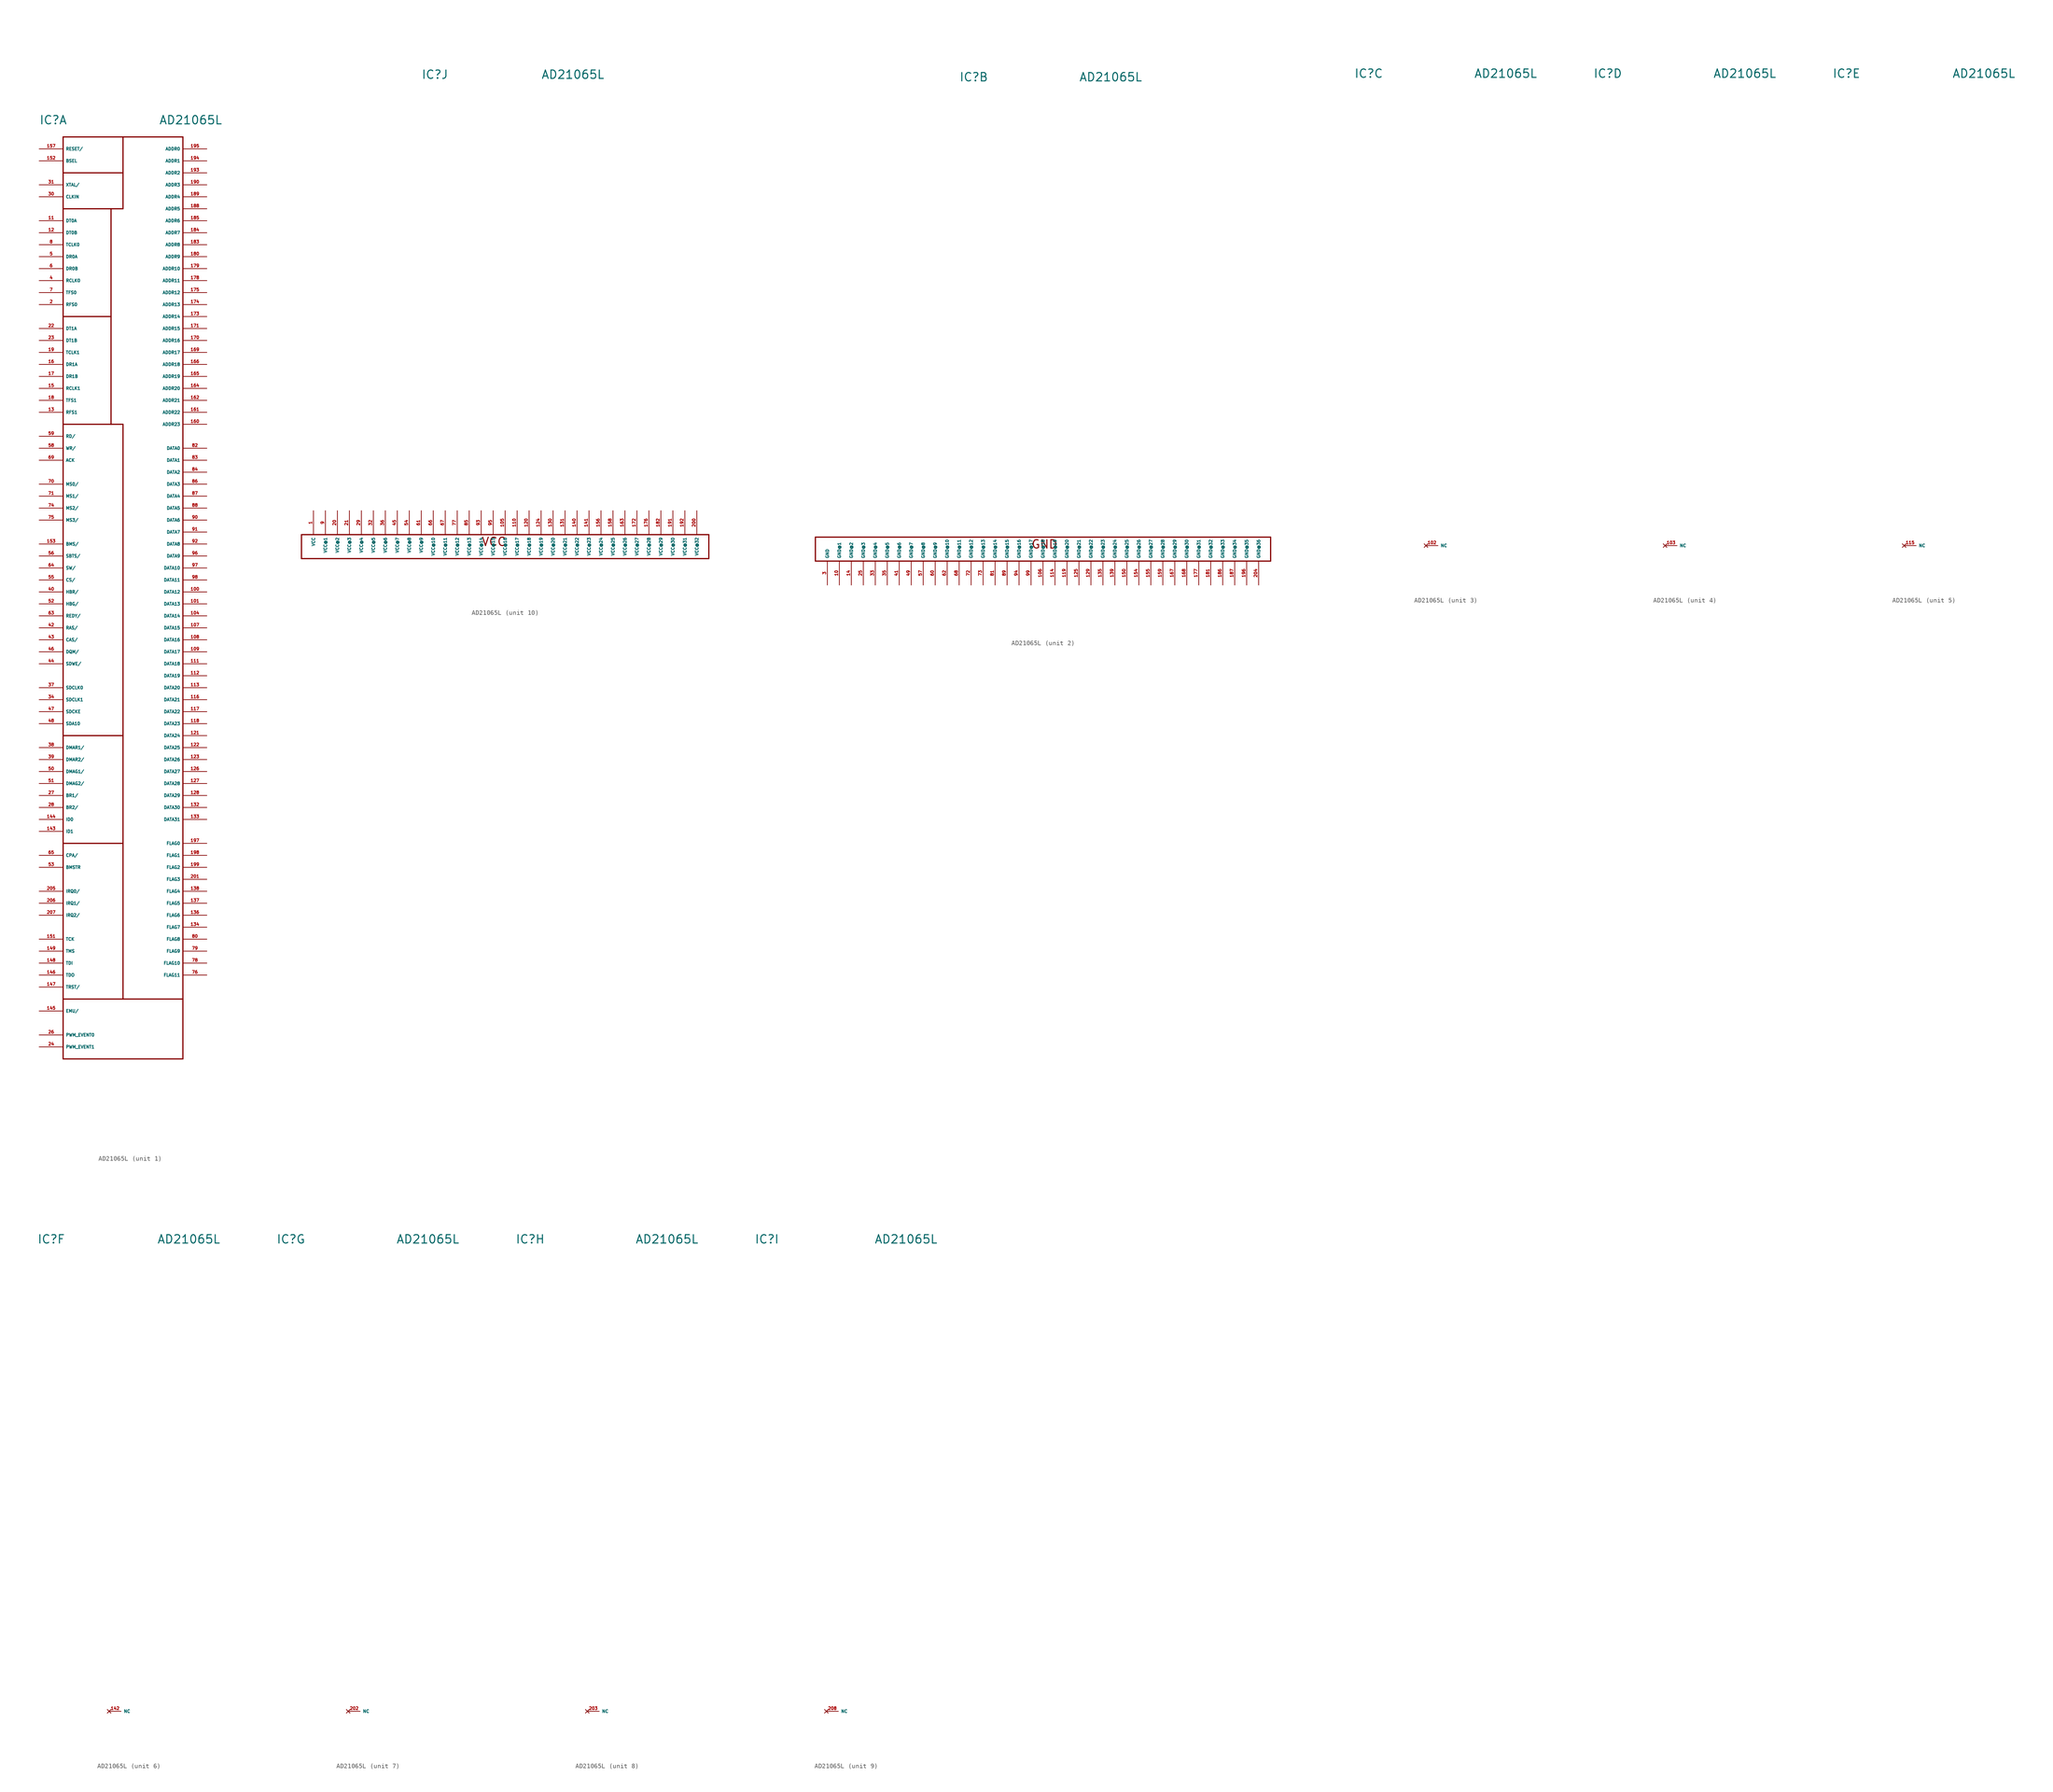
<source format=kicad_sym>
(kicad_symbol_lib
  (version 20220914)
  (generator Eagle2Kicad)
  (symbol "AD21065L"
    (property "Reference" "IC"
      (at -17.78 99.06 0)
      (effects (font (size 1.778 1.778) (thickness 0.22)) (justify left bottom)))
    (property "Value" "AD21065L"
      (at 7.62 99.06 0)
      (effects (font (size 1.778 1.778) (thickness 0.22)) (justify left bottom)))
    (symbol "AD21065L_1_0"
      (polyline (pts (xy -12.7 35.56) (xy -2.54 35.56)) (stroke (width 0.254) (type default)) (fill (type none)))
      (polyline (pts (xy -2.54 35.56) (xy 0 35.56)) (stroke (width 0.254) (type default)) (fill (type none)))
      (polyline (pts (xy 0 35.56) (xy 0 -30.48)) (stroke (width 0.254) (type default)) (fill (type none)))
      (polyline (pts (xy 0 -30.48) (xy -12.7 -30.48)) (stroke (width 0.254) (type default)) (fill (type none)))
      (polyline (pts (xy -12.7 58.42) (xy -2.54 58.42)) (stroke (width 0.254) (type default)) (fill (type none)))
      (polyline (pts (xy -2.54 58.42) (xy -2.54 35.56)) (stroke (width 0.254) (type default)) (fill (type none)))
      (polyline (pts (xy -12.7 81.28) (xy -2.54 81.28)) (stroke (width 0.254) (type default)) (fill (type none)))
      (polyline (pts (xy -2.54 81.28) (xy -2.54 58.42)) (stroke (width 0.254) (type default)) (fill (type none)))
      (polyline (pts (xy -12.7 88.9) (xy 0 88.9)) (stroke (width 0.254) (type default)) (fill (type none)))
      (polyline (pts (xy 0 88.9) (xy 0 81.28)) (stroke (width 0.254) (type default)) (fill (type none)))
      (polyline (pts (xy 0 81.28) (xy -2.54 81.28)) (stroke (width 0.254) (type default)) (fill (type none)))
      (polyline (pts (xy 0 88.9) (xy 0 96.52)) (stroke (width 0.254) (type default)) (fill (type none)))
      (polyline (pts (xy 0 -30.48) (xy 0 -53.34)) (stroke (width 0.254) (type default)) (fill (type none)))
      (polyline (pts (xy 0 -53.34) (xy -12.7 -53.34)) (stroke (width 0.254) (type default)) (fill (type none)))
      (polyline (pts (xy 0 -53.34) (xy 0 -86.36)) (stroke (width 0.254) (type default)) (fill (type none)))
      (polyline (pts (xy 0 -86.36) (xy -12.7 -86.36)) (stroke (width 0.254) (type default)) (fill (type none)))
      (polyline (pts (xy -12.7 96.52) (xy -12.7 -99.06)) (stroke (width 0.254) (type default)) (fill (type none)))
      (polyline (pts (xy -12.7 -99.06) (xy 12.7 -99.06)) (stroke (width 0.254) (type default)) (fill (type none)))
      (polyline (pts (xy 12.7 -99.06) (xy 12.7 -86.36)) (stroke (width 0.254) (type default)) (fill (type none)))
      (polyline (pts (xy 12.7 -86.36) (xy 12.7 96.52)) (stroke (width 0.254) (type default)) (fill (type none)))
      (polyline (pts (xy 12.7 96.52) (xy -12.7 96.52)) (stroke (width 0.254) (type default)) (fill (type none)))
      (polyline (pts (xy 0 -86.36) (xy 12.7 -86.36)) (stroke (width 0.254) (type default)) (fill (type none)))
      (pin bidirectional line (at -17.78 60.96 0) (length 5.08) (name "RFS0" (effects (font (size 0.635 0.635) (thickness 0.08)) (justify left bottom))) (number "2" (effects (font (size 0.635 0.635) (thickness 0.08)) (justify left bottom))))
      (pin bidirectional line (at -17.78 66.04 0) (length 5.08) (name "RCLK0" (effects (font (size 0.635 0.635) (thickness 0.08)) (justify left bottom))) (number "4" (effects (font (size 0.635 0.635) (thickness 0.08)) (justify left bottom))))
      (pin input line (at -17.78 71.12 0) (length 5.08) (name "DR0A" (effects (font (size 0.635 0.635) (thickness 0.08)) (justify left bottom))) (number "5" (effects (font (size 0.635 0.635) (thickness 0.08)) (justify left bottom))))
      (pin input line (at -17.78 68.58 0) (length 5.08) (name "DR0B" (effects (font (size 0.635 0.635) (thickness 0.08)) (justify left bottom))) (number "6" (effects (font (size 0.635 0.635) (thickness 0.08)) (justify left bottom))))
      (pin bidirectional line (at -17.78 63.5 0) (length 5.08) (name "TFS0" (effects (font (size 0.635 0.635) (thickness 0.08)) (justify left bottom))) (number "7" (effects (font (size 0.635 0.635) (thickness 0.08)) (justify left bottom))))
      (pin bidirectional line (at -17.78 73.66 0) (length 5.08) (name "TCLK0" (effects (font (size 0.635 0.635) (thickness 0.08)) (justify left bottom))) (number "8" (effects (font (size 0.635 0.635) (thickness 0.08)) (justify left bottom))))
      (pin output line (at -17.78 78.74 0) (length 5.08) (name "DT0A" (effects (font (size 0.635 0.635) (thickness 0.08)) (justify left bottom))) (number "11" (effects (font (size 0.635 0.635) (thickness 0.08)) (justify left bottom))))
      (pin output line (at -17.78 76.2 0) (length 5.08) (name "DT0B" (effects (font (size 0.635 0.635) (thickness 0.08)) (justify left bottom))) (number "12" (effects (font (size 0.635 0.635) (thickness 0.08)) (justify left bottom))))
      (pin bidirectional line (at -17.78 38.1 0) (length 5.08) (name "RFS1" (effects (font (size 0.635 0.635) (thickness 0.08)) (justify left bottom))) (number "13" (effects (font (size 0.635 0.635) (thickness 0.08)) (justify left bottom))))
      (pin bidirectional line (at -17.78 43.18 0) (length 5.08) (name "RCLK1" (effects (font (size 0.635 0.635) (thickness 0.08)) (justify left bottom))) (number "15" (effects (font (size 0.635 0.635) (thickness 0.08)) (justify left bottom))))
      (pin input line (at -17.78 48.26 0) (length 5.08) (name "DR1A" (effects (font (size 0.635 0.635) (thickness 0.08)) (justify left bottom))) (number "16" (effects (font (size 0.635 0.635) (thickness 0.08)) (justify left bottom))))
      (pin input line (at -17.78 45.72 0) (length 5.08) (name "DR1B" (effects (font (size 0.635 0.635) (thickness 0.08)) (justify left bottom))) (number "17" (effects (font (size 0.635 0.635) (thickness 0.08)) (justify left bottom))))
      (pin bidirectional line (at -17.78 40.64 0) (length 5.08) (name "TFS1" (effects (font (size 0.635 0.635) (thickness 0.08)) (justify left bottom))) (number "18" (effects (font (size 0.635 0.635) (thickness 0.08)) (justify left bottom))))
      (pin bidirectional line (at -17.78 50.8 0) (length 5.08) (name "TCLK1" (effects (font (size 0.635 0.635) (thickness 0.08)) (justify left bottom))) (number "19" (effects (font (size 0.635 0.635) (thickness 0.08)) (justify left bottom))))
      (pin tri_state line (at -17.78 -10.16 0) (length 5.08) (name "CAS/" (effects (font (size 0.635 0.635) (thickness 0.08)) (justify left bottom))) (number "43" (effects (font (size 0.635 0.635) (thickness 0.08)) (justify left bottom))))
      (pin tri_state line (at -17.78 -15.24 0) (length 5.08) (name "SDWE/" (effects (font (size 0.635 0.635) (thickness 0.08)) (justify left bottom))) (number "44" (effects (font (size 0.635 0.635) (thickness 0.08)) (justify left bottom))))
      (pin tri_state line (at -17.78 -12.7 0) (length 5.08) (name "DQM/" (effects (font (size 0.635 0.635) (thickness 0.08)) (justify left bottom))) (number "46" (effects (font (size 0.635 0.635) (thickness 0.08)) (justify left bottom))))
      (pin tri_state line (at -17.78 -25.4 0) (length 5.08) (name "SDCKE" (effects (font (size 0.635 0.635) (thickness 0.08)) (justify left bottom))) (number "47" (effects (font (size 0.635 0.635) (thickness 0.08)) (justify left bottom))))
      (pin tri_state line (at -17.78 -27.94 0) (length 5.08) (name "SDA10" (effects (font (size 0.635 0.635) (thickness 0.08)) (justify left bottom))) (number "48" (effects (font (size 0.635 0.635) (thickness 0.08)) (justify left bottom))))
      (pin tri_state line (at -17.78 -38.1 0) (length 5.08) (name "DMAG1/" (effects (font (size 0.635 0.635) (thickness 0.08)) (justify left bottom))) (number "50" (effects (font (size 0.635 0.635) (thickness 0.08)) (justify left bottom))))
      (pin tri_state line (at -17.78 -40.64 0) (length 5.08) (name "DMAG2/" (effects (font (size 0.635 0.635) (thickness 0.08)) (justify left bottom))) (number "51" (effects (font (size 0.635 0.635) (thickness 0.08)) (justify left bottom))))
      (pin bidirectional line (at -17.78 -2.54 0) (length 5.08) (name "HBG/" (effects (font (size 0.635 0.635) (thickness 0.08)) (justify left bottom))) (number "52" (effects (font (size 0.635 0.635) (thickness 0.08)) (justify left bottom))))
      (pin output line (at -17.78 -58.42 0) (length 5.08) (name "BMSTR" (effects (font (size 0.635 0.635) (thickness 0.08)) (justify left bottom))) (number "53" (effects (font (size 0.635 0.635) (thickness 0.08)) (justify left bottom))))
      (pin input line (at -17.78 2.54 0) (length 5.08) (name "CS/" (effects (font (size 0.635 0.635) (thickness 0.08)) (justify left bottom))) (number "55" (effects (font (size 0.635 0.635) (thickness 0.08)) (justify left bottom))))
      (pin input line (at -17.78 7.62 0) (length 5.08) (name "SBTS/" (effects (font (size 0.635 0.635) (thickness 0.08)) (justify left bottom))) (number "56" (effects (font (size 0.635 0.635) (thickness 0.08)) (justify left bottom))))
      (pin tri_state line (at -17.78 30.48 0) (length 5.08) (name "WR/" (effects (font (size 0.635 0.635) (thickness 0.08)) (justify left bottom))) (number "58" (effects (font (size 0.635 0.635) (thickness 0.08)) (justify left bottom))))
      (pin tri_state line (at -17.78 33.02 0) (length 5.08) (name "RD/" (effects (font (size 0.635 0.635) (thickness 0.08)) (justify left bottom))) (number "59" (effects (font (size 0.635 0.635) (thickness 0.08)) (justify left bottom))))
      (pin bidirectional line (at 17.78 30.48 180) (length 5.08) (name "DATA0" (effects (font (size 0.635 0.635) (thickness 0.08)) (justify left bottom))) (number "82" (effects (font (size 0.635 0.635) (thickness 0.08)) (justify left bottom))))
      (pin bidirectional line (at 17.78 27.94 180) (length 5.08) (name "DATA1" (effects (font (size 0.635 0.635) (thickness 0.08)) (justify left bottom))) (number "83" (effects (font (size 0.635 0.635) (thickness 0.08)) (justify left bottom))))
      (pin bidirectional line (at 17.78 25.4 180) (length 5.08) (name "DATA2" (effects (font (size 0.635 0.635) (thickness 0.08)) (justify left bottom))) (number "84" (effects (font (size 0.635 0.635) (thickness 0.08)) (justify left bottom))))
      (pin bidirectional line (at 17.78 22.86 180) (length 5.08) (name "DATA3" (effects (font (size 0.635 0.635) (thickness 0.08)) (justify left bottom))) (number "86" (effects (font (size 0.635 0.635) (thickness 0.08)) (justify left bottom))))
      (pin bidirectional line (at 17.78 20.32 180) (length 5.08) (name "DATA4" (effects (font (size 0.635 0.635) (thickness 0.08)) (justify left bottom))) (number "87" (effects (font (size 0.635 0.635) (thickness 0.08)) (justify left bottom))))
      (pin bidirectional line (at 17.78 17.78 180) (length 5.08) (name "DATA5" (effects (font (size 0.635 0.635) (thickness 0.08)) (justify left bottom))) (number "88" (effects (font (size 0.635 0.635) (thickness 0.08)) (justify left bottom))))
      (pin bidirectional line (at 17.78 15.24 180) (length 5.08) (name "DATA6" (effects (font (size 0.635 0.635) (thickness 0.08)) (justify left bottom))) (number "90" (effects (font (size 0.635 0.635) (thickness 0.08)) (justify left bottom))))
      (pin bidirectional line (at 17.78 12.7 180) (length 5.08) (name "DATA7" (effects (font (size 0.635 0.635) (thickness 0.08)) (justify left bottom))) (number "91" (effects (font (size 0.635 0.635) (thickness 0.08)) (justify left bottom))))
      (pin bidirectional line (at 17.78 10.16 180) (length 5.08) (name "DATA8" (effects (font (size 0.635 0.635) (thickness 0.08)) (justify left bottom))) (number "92" (effects (font (size 0.635 0.635) (thickness 0.08)) (justify left bottom))))
      (pin bidirectional line (at 17.78 7.62 180) (length 5.08) (name "DATA9" (effects (font (size 0.635 0.635) (thickness 0.08)) (justify left bottom))) (number "96" (effects (font (size 0.635 0.635) (thickness 0.08)) (justify left bottom))))
      (pin bidirectional line (at 17.78 5.08 180) (length 5.08) (name "DATA10" (effects (font (size 0.635 0.635) (thickness 0.08)) (justify left bottom))) (number "97" (effects (font (size 0.635 0.635) (thickness 0.08)) (justify left bottom))))
      (pin bidirectional line (at 17.78 2.54 180) (length 5.08) (name "DATA11" (effects (font (size 0.635 0.635) (thickness 0.08)) (justify left bottom))) (number "98" (effects (font (size 0.635 0.635) (thickness 0.08)) (justify left bottom))))
      (pin bidirectional line (at 17.78 0 180) (length 5.08) (name "DATA12" (effects (font (size 0.635 0.635) (thickness 0.08)) (justify left bottom))) (number "100" (effects (font (size 0.635 0.635) (thickness 0.08)) (justify left bottom))))
      (pin bidirectional line (at 17.78 -2.54 180) (length 5.08) (name "DATA13" (effects (font (size 0.635 0.635) (thickness 0.08)) (justify left bottom))) (number "101" (effects (font (size 0.635 0.635) (thickness 0.08)) (justify left bottom))))
      (pin bidirectional line (at 17.78 -5.08 180) (length 5.08) (name "DATA14" (effects (font (size 0.635 0.635) (thickness 0.08)) (justify left bottom))) (number "104" (effects (font (size 0.635 0.635) (thickness 0.08)) (justify left bottom))))
      (pin bidirectional line (at 17.78 -7.62 180) (length 5.08) (name "DATA15" (effects (font (size 0.635 0.635) (thickness 0.08)) (justify left bottom))) (number "107" (effects (font (size 0.635 0.635) (thickness 0.08)) (justify left bottom))))
      (pin bidirectional line (at 17.78 -10.16 180) (length 5.08) (name "DATA16" (effects (font (size 0.635 0.635) (thickness 0.08)) (justify left bottom))) (number "108" (effects (font (size 0.635 0.635) (thickness 0.08)) (justify left bottom))))
      (pin bidirectional line (at 17.78 -12.7 180) (length 5.08) (name "DATA17" (effects (font (size 0.635 0.635) (thickness 0.08)) (justify left bottom))) (number "109" (effects (font (size 0.635 0.635) (thickness 0.08)) (justify left bottom))))
      (pin bidirectional line (at 17.78 -15.24 180) (length 5.08) (name "DATA18" (effects (font (size 0.635 0.635) (thickness 0.08)) (justify left bottom))) (number "111" (effects (font (size 0.635 0.635) (thickness 0.08)) (justify left bottom))))
      (pin bidirectional line (at 17.78 -17.78 180) (length 5.08) (name "DATA19" (effects (font (size 0.635 0.635) (thickness 0.08)) (justify left bottom))) (number "112" (effects (font (size 0.635 0.635) (thickness 0.08)) (justify left bottom))))
      (pin bidirectional line (at 17.78 -20.32 180) (length 5.08) (name "DATA20" (effects (font (size 0.635 0.635) (thickness 0.08)) (justify left bottom))) (number "113" (effects (font (size 0.635 0.635) (thickness 0.08)) (justify left bottom))))
      (pin bidirectional line (at 17.78 -22.86 180) (length 5.08) (name "DATA21" (effects (font (size 0.635 0.635) (thickness 0.08)) (justify left bottom))) (number "116" (effects (font (size 0.635 0.635) (thickness 0.08)) (justify left bottom))))
      (pin bidirectional line (at 17.78 -25.4 180) (length 5.08) (name "DATA22" (effects (font (size 0.635 0.635) (thickness 0.08)) (justify left bottom))) (number "117" (effects (font (size 0.635 0.635) (thickness 0.08)) (justify left bottom))))
      (pin bidirectional line (at 17.78 -27.94 180) (length 5.08) (name "DATA23" (effects (font (size 0.635 0.635) (thickness 0.08)) (justify left bottom))) (number "118" (effects (font (size 0.635 0.635) (thickness 0.08)) (justify left bottom))))
      (pin bidirectional line (at 17.78 -30.48 180) (length 5.08) (name "DATA24" (effects (font (size 0.635 0.635) (thickness 0.08)) (justify left bottom))) (number "121" (effects (font (size 0.635 0.635) (thickness 0.08)) (justify left bottom))))
      (pin bidirectional line (at 17.78 -33.02 180) (length 5.08) (name "DATA25" (effects (font (size 0.635 0.635) (thickness 0.08)) (justify left bottom))) (number "122" (effects (font (size 0.635 0.635) (thickness 0.08)) (justify left bottom))))
      (pin bidirectional line (at 17.78 -35.56 180) (length 5.08) (name "DATA26" (effects (font (size 0.635 0.635) (thickness 0.08)) (justify left bottom))) (number "123" (effects (font (size 0.635 0.635) (thickness 0.08)) (justify left bottom))))
      (pin bidirectional line (at 17.78 -38.1 180) (length 5.08) (name "DATA27" (effects (font (size 0.635 0.635) (thickness 0.08)) (justify left bottom))) (number "126" (effects (font (size 0.635 0.635) (thickness 0.08)) (justify left bottom))))
      (pin bidirectional line (at 17.78 93.98 180) (length 5.08) (name "ADDR0" (effects (font (size 0.635 0.635) (thickness 0.08)) (justify left bottom))) (number "195" (effects (font (size 0.635 0.635) (thickness 0.08)) (justify left bottom))))
      (pin bidirectional line (at 17.78 91.44 180) (length 5.08) (name "ADDR1" (effects (font (size 0.635 0.635) (thickness 0.08)) (justify left bottom))) (number "194" (effects (font (size 0.635 0.635) (thickness 0.08)) (justify left bottom))))
      (pin bidirectional line (at 17.78 88.9 180) (length 5.08) (name "ADDR2" (effects (font (size 0.635 0.635) (thickness 0.08)) (justify left bottom))) (number "193" (effects (font (size 0.635 0.635) (thickness 0.08)) (justify left bottom))))
      (pin bidirectional line (at 17.78 86.36 180) (length 5.08) (name "ADDR3" (effects (font (size 0.635 0.635) (thickness 0.08)) (justify left bottom))) (number "190" (effects (font (size 0.635 0.635) (thickness 0.08)) (justify left bottom))))
      (pin bidirectional line (at 17.78 83.82 180) (length 5.08) (name "ADDR4" (effects (font (size 0.635 0.635) (thickness 0.08)) (justify left bottom))) (number "189" (effects (font (size 0.635 0.635) (thickness 0.08)) (justify left bottom))))
      (pin bidirectional line (at 17.78 81.28 180) (length 5.08) (name "ADDR5" (effects (font (size 0.635 0.635) (thickness 0.08)) (justify left bottom))) (number "188" (effects (font (size 0.635 0.635) (thickness 0.08)) (justify left bottom))))
      (pin bidirectional line (at 17.78 78.74 180) (length 5.08) (name "ADDR6" (effects (font (size 0.635 0.635) (thickness 0.08)) (justify left bottom))) (number "185" (effects (font (size 0.635 0.635) (thickness 0.08)) (justify left bottom))))
      (pin bidirectional line (at 17.78 76.2 180) (length 5.08) (name "ADDR7" (effects (font (size 0.635 0.635) (thickness 0.08)) (justify left bottom))) (number "184" (effects (font (size 0.635 0.635) (thickness 0.08)) (justify left bottom))))
      (pin bidirectional line (at 17.78 73.66 180) (length 5.08) (name "ADDR8" (effects (font (size 0.635 0.635) (thickness 0.08)) (justify left bottom))) (number "183" (effects (font (size 0.635 0.635) (thickness 0.08)) (justify left bottom))))
      (pin bidirectional line (at 17.78 71.12 180) (length 5.08) (name "ADDR9" (effects (font (size 0.635 0.635) (thickness 0.08)) (justify left bottom))) (number "180" (effects (font (size 0.635 0.635) (thickness 0.08)) (justify left bottom))))
      (pin bidirectional line (at 17.78 68.58 180) (length 5.08) (name "ADDR10" (effects (font (size 0.635 0.635) (thickness 0.08)) (justify left bottom))) (number "179" (effects (font (size 0.635 0.635) (thickness 0.08)) (justify left bottom))))
      (pin bidirectional line (at 17.78 66.04 180) (length 5.08) (name "ADDR11" (effects (font (size 0.635 0.635) (thickness 0.08)) (justify left bottom))) (number "178" (effects (font (size 0.635 0.635) (thickness 0.08)) (justify left bottom))))
      (pin bidirectional line (at 17.78 63.5 180) (length 5.08) (name "ADDR12" (effects (font (size 0.635 0.635) (thickness 0.08)) (justify left bottom))) (number "175" (effects (font (size 0.635 0.635) (thickness 0.08)) (justify left bottom))))
      (pin bidirectional line (at 17.78 60.96 180) (length 5.08) (name "ADDR13" (effects (font (size 0.635 0.635) (thickness 0.08)) (justify left bottom))) (number "174" (effects (font (size 0.635 0.635) (thickness 0.08)) (justify left bottom))))
      (pin bidirectional line (at 17.78 58.42 180) (length 5.08) (name "ADDR14" (effects (font (size 0.635 0.635) (thickness 0.08)) (justify left bottom))) (number "173" (effects (font (size 0.635 0.635) (thickness 0.08)) (justify left bottom))))
      (pin bidirectional line (at 17.78 55.88 180) (length 5.08) (name "ADDR15" (effects (font (size 0.635 0.635) (thickness 0.08)) (justify left bottom))) (number "171" (effects (font (size 0.635 0.635) (thickness 0.08)) (justify left bottom))))
      (pin bidirectional line (at 17.78 53.34 180) (length 5.08) (name "ADDR16" (effects (font (size 0.635 0.635) (thickness 0.08)) (justify left bottom))) (number "170" (effects (font (size 0.635 0.635) (thickness 0.08)) (justify left bottom))))
      (pin bidirectional line (at 17.78 50.8 180) (length 5.08) (name "ADDR17" (effects (font (size 0.635 0.635) (thickness 0.08)) (justify left bottom))) (number "169" (effects (font (size 0.635 0.635) (thickness 0.08)) (justify left bottom))))
      (pin bidirectional line (at 17.78 48.26 180) (length 5.08) (name "ADDR18" (effects (font (size 0.635 0.635) (thickness 0.08)) (justify left bottom))) (number "166" (effects (font (size 0.635 0.635) (thickness 0.08)) (justify left bottom))))
      (pin bidirectional line (at 17.78 45.72 180) (length 5.08) (name "ADDR19" (effects (font (size 0.635 0.635) (thickness 0.08)) (justify left bottom))) (number "165" (effects (font (size 0.635 0.635) (thickness 0.08)) (justify left bottom))))
      (pin bidirectional line (at 17.78 43.18 180) (length 5.08) (name "ADDR20" (effects (font (size 0.635 0.635) (thickness 0.08)) (justify left bottom))) (number "164" (effects (font (size 0.635 0.635) (thickness 0.08)) (justify left bottom))))
      (pin bidirectional line (at 17.78 40.64 180) (length 5.08) (name "ADDR21" (effects (font (size 0.635 0.635) (thickness 0.08)) (justify left bottom))) (number "162" (effects (font (size 0.635 0.635) (thickness 0.08)) (justify left bottom))))
      (pin bidirectional line (at 17.78 38.1 180) (length 5.08) (name "ADDR22" (effects (font (size 0.635 0.635) (thickness 0.08)) (justify left bottom))) (number "161" (effects (font (size 0.635 0.635) (thickness 0.08)) (justify left bottom))))
      (pin bidirectional line (at 17.78 -40.64 180) (length 5.08) (name "DATA28" (effects (font (size 0.635 0.635) (thickness 0.08)) (justify left bottom))) (number "127" (effects (font (size 0.635 0.635) (thickness 0.08)) (justify left bottom))))
      (pin bidirectional line (at 17.78 -43.18 180) (length 5.08) (name "DATA29" (effects (font (size 0.635 0.635) (thickness 0.08)) (justify left bottom))) (number "128" (effects (font (size 0.635 0.635) (thickness 0.08)) (justify left bottom))))
      (pin bidirectional line (at 17.78 -45.72 180) (length 5.08) (name "DATA30" (effects (font (size 0.635 0.635) (thickness 0.08)) (justify left bottom))) (number "132" (effects (font (size 0.635 0.635) (thickness 0.08)) (justify left bottom))))
      (pin bidirectional line (at 17.78 -48.26 180) (length 5.08) (name "DATA31" (effects (font (size 0.635 0.635) (thickness 0.08)) (justify left bottom))) (number "133" (effects (font (size 0.635 0.635) (thickness 0.08)) (justify left bottom))))
      (pin bidirectional line (at 17.78 35.56 180) (length 5.08) (name "ADDR23" (effects (font (size 0.635 0.635) (thickness 0.08)) (justify left bottom))) (number "160" (effects (font (size 0.635 0.635) (thickness 0.08)) (justify left bottom))))
      (pin bidirectional line (at 17.78 -53.34 180) (length 5.08) (name "FLAG0" (effects (font (size 0.635 0.635) (thickness 0.08)) (justify left bottom))) (number "197" (effects (font (size 0.635 0.635) (thickness 0.08)) (justify left bottom))))
      (pin bidirectional line (at 17.78 -55.88 180) (length 5.08) (name "FLAG1" (effects (font (size 0.635 0.635) (thickness 0.08)) (justify left bottom))) (number "198" (effects (font (size 0.635 0.635) (thickness 0.08)) (justify left bottom))))
      (pin bidirectional line (at 17.78 -58.42 180) (length 5.08) (name "FLAG2" (effects (font (size 0.635 0.635) (thickness 0.08)) (justify left bottom))) (number "199" (effects (font (size 0.635 0.635) (thickness 0.08)) (justify left bottom))))
      (pin bidirectional line (at 17.78 -60.96 180) (length 5.08) (name "FLAG3" (effects (font (size 0.635 0.635) (thickness 0.08)) (justify left bottom))) (number "201" (effects (font (size 0.635 0.635) (thickness 0.08)) (justify left bottom))))
      (pin bidirectional line (at 17.78 -63.5 180) (length 5.08) (name "FLAG4" (effects (font (size 0.635 0.635) (thickness 0.08)) (justify left bottom))) (number "138" (effects (font (size 0.635 0.635) (thickness 0.08)) (justify left bottom))))
      (pin bidirectional line (at 17.78 -66.04 180) (length 5.08) (name "FLAG5" (effects (font (size 0.635 0.635) (thickness 0.08)) (justify left bottom))) (number "137" (effects (font (size 0.635 0.635) (thickness 0.08)) (justify left bottom))))
      (pin bidirectional line (at 17.78 -68.58 180) (length 5.08) (name "FLAG6" (effects (font (size 0.635 0.635) (thickness 0.08)) (justify left bottom))) (number "136" (effects (font (size 0.635 0.635) (thickness 0.08)) (justify left bottom))))
      (pin bidirectional line (at 17.78 -71.12 180) (length 5.08) (name "FLAG7" (effects (font (size 0.635 0.635) (thickness 0.08)) (justify left bottom))) (number "134" (effects (font (size 0.635 0.635) (thickness 0.08)) (justify left bottom))))
      (pin input line (at -17.78 -48.26 0) (length 5.08) (name "ID0" (effects (font (size 0.635 0.635) (thickness 0.08)) (justify left bottom))) (number "144" (effects (font (size 0.635 0.635) (thickness 0.08)) (justify left bottom))))
      (pin input line (at -17.78 -50.8 0) (length 5.08) (name "ID1" (effects (font (size 0.635 0.635) (thickness 0.08)) (justify left bottom))) (number "143" (effects (font (size 0.635 0.635) (thickness 0.08)) (justify left bottom))))
      (pin output line (at -17.78 -88.9 0) (length 5.08) (name "EMU/" (effects (font (size 0.635 0.635) (thickness 0.08)) (justify left bottom))) (number "145" (effects (font (size 0.635 0.635) (thickness 0.08)) (justify left bottom))))
      (pin output line (at -17.78 55.88 0) (length 5.08) (name "DT1A" (effects (font (size 0.635 0.635) (thickness 0.08)) (justify left bottom))) (number "22" (effects (font (size 0.635 0.635) (thickness 0.08)) (justify left bottom))))
      (pin output line (at -17.78 53.34 0) (length 5.08) (name "DT1B" (effects (font (size 0.635 0.635) (thickness 0.08)) (justify left bottom))) (number "23" (effects (font (size 0.635 0.635) (thickness 0.08)) (justify left bottom))))
      (pin bidirectional line (at -17.78 -93.98 0) (length 5.08) (name "PWM_EVENT0" (effects (font (size 0.635 0.635) (thickness 0.08)) (justify left bottom))) (number "26" (effects (font (size 0.635 0.635) (thickness 0.08)) (justify left bottom))))
      (pin bidirectional line (at -17.78 -96.52 0) (length 5.08) (name "PWM_EVENT1" (effects (font (size 0.635 0.635) (thickness 0.08)) (justify left bottom))) (number "24" (effects (font (size 0.635 0.635) (thickness 0.08)) (justify left bottom))))
      (pin bidirectional line (at -17.78 -43.18 0) (length 5.08) (name "BR1/" (effects (font (size 0.635 0.635) (thickness 0.08)) (justify left bottom))) (number "27" (effects (font (size 0.635 0.635) (thickness 0.08)) (justify left bottom))))
      (pin bidirectional line (at -17.78 -45.72 0) (length 5.08) (name "BR2/" (effects (font (size 0.635 0.635) (thickness 0.08)) (justify left bottom))) (number "28" (effects (font (size 0.635 0.635) (thickness 0.08)) (justify left bottom))))
      (pin input line (at -17.78 83.82 0) (length 5.08) (name "CLKIN" (effects (font (size 0.635 0.635) (thickness 0.08)) (justify left bottom))) (number "30" (effects (font (size 0.635 0.635) (thickness 0.08)) (justify left bottom))))
      (pin output line (at -17.78 86.36 0) (length 5.08) (name "XTAL/" (effects (font (size 0.635 0.635) (thickness 0.08)) (justify left bottom))) (number "31" (effects (font (size 0.635 0.635) (thickness 0.08)) (justify left bottom))))
      (pin tri_state line (at -17.78 -22.86 0) (length 5.08) (name "SDCLK1" (effects (font (size 0.635 0.635) (thickness 0.08)) (justify left bottom))) (number "34" (effects (font (size 0.635 0.635) (thickness 0.08)) (justify left bottom))))
      (pin tri_state line (at -17.78 -20.32 0) (length 5.08) (name "SDCLK0" (effects (font (size 0.635 0.635) (thickness 0.08)) (justify left bottom))) (number "37" (effects (font (size 0.635 0.635) (thickness 0.08)) (justify left bottom))))
      (pin input line (at -17.78 -33.02 0) (length 5.08) (name "DMAR1/" (effects (font (size 0.635 0.635) (thickness 0.08)) (justify left bottom))) (number "38" (effects (font (size 0.635 0.635) (thickness 0.08)) (justify left bottom))))
      (pin input line (at -17.78 -35.56 0) (length 5.08) (name "DMAR2/" (effects (font (size 0.635 0.635) (thickness 0.08)) (justify left bottom))) (number "39" (effects (font (size 0.635 0.635) (thickness 0.08)) (justify left bottom))))
      (pin input line (at -17.78 0 0) (length 5.08) (name "HBR/" (effects (font (size 0.635 0.635) (thickness 0.08)) (justify left bottom))) (number "40" (effects (font (size 0.635 0.635) (thickness 0.08)) (justify left bottom))))
      (pin tri_state line (at -17.78 -7.62 0) (length 5.08) (name "RAS/" (effects (font (size 0.635 0.635) (thickness 0.08)) (justify left bottom))) (number "42" (effects (font (size 0.635 0.635) (thickness 0.08)) (justify left bottom))))
      (pin output line (at -17.78 -5.08 0) (length 5.08) (name "REDY/" (effects (font (size 0.635 0.635) (thickness 0.08)) (justify left bottom))) (number "63" (effects (font (size 0.635 0.635) (thickness 0.08)) (justify left bottom))))
      (pin tri_state line (at -17.78 5.08 0) (length 5.08) (name "SW/" (effects (font (size 0.635 0.635) (thickness 0.08)) (justify left bottom))) (number "64" (effects (font (size 0.635 0.635) (thickness 0.08)) (justify left bottom))))
      (pin bidirectional line (at -17.78 -55.88 0) (length 5.08) (name "CPA/" (effects (font (size 0.635 0.635) (thickness 0.08)) (justify left bottom))) (number "65" (effects (font (size 0.635 0.635) (thickness 0.08)) (justify left bottom))))
      (pin bidirectional line (at -17.78 27.94 0) (length 5.08) (name "ACK" (effects (font (size 0.635 0.635) (thickness 0.08)) (justify left bottom))) (number "69" (effects (font (size 0.635 0.635) (thickness 0.08)) (justify left bottom))))
      (pin tri_state line (at -17.78 22.86 0) (length 5.08) (name "MS0/" (effects (font (size 0.635 0.635) (thickness 0.08)) (justify left bottom))) (number "70" (effects (font (size 0.635 0.635) (thickness 0.08)) (justify left bottom))))
      (pin tri_state line (at -17.78 20.32 0) (length 5.08) (name "MS1/" (effects (font (size 0.635 0.635) (thickness 0.08)) (justify left bottom))) (number "71" (effects (font (size 0.635 0.635) (thickness 0.08)) (justify left bottom))))
      (pin tri_state line (at -17.78 17.78 0) (length 5.08) (name "MS2/" (effects (font (size 0.635 0.635) (thickness 0.08)) (justify left bottom))) (number "74" (effects (font (size 0.635 0.635) (thickness 0.08)) (justify left bottom))))
      (pin tri_state line (at -17.78 15.24 0) (length 5.08) (name "MS3/" (effects (font (size 0.635 0.635) (thickness 0.08)) (justify left bottom))) (number "75" (effects (font (size 0.635 0.635) (thickness 0.08)) (justify left bottom))))
      (pin bidirectional line (at 17.78 -73.66 180) (length 5.08) (name "FLAG8" (effects (font (size 0.635 0.635) (thickness 0.08)) (justify left bottom))) (number "80" (effects (font (size 0.635 0.635) (thickness 0.08)) (justify left bottom))))
      (pin bidirectional line (at 17.78 -76.2 180) (length 5.08) (name "FLAG9" (effects (font (size 0.635 0.635) (thickness 0.08)) (justify left bottom))) (number "79" (effects (font (size 0.635 0.635) (thickness 0.08)) (justify left bottom))))
      (pin bidirectional line (at 17.78 -78.74 180) (length 5.08) (name "FLAG10" (effects (font (size 0.635 0.635) (thickness 0.08)) (justify left bottom))) (number "78" (effects (font (size 0.635 0.635) (thickness 0.08)) (justify left bottom))))
      (pin bidirectional line (at 17.78 -81.28 180) (length 5.08) (name "FLAG11" (effects (font (size 0.635 0.635) (thickness 0.08)) (justify left bottom))) (number "76" (effects (font (size 0.635 0.635) (thickness 0.08)) (justify left bottom))))
      (pin output line (at -17.78 -81.28 0) (length 5.08) (name "TDO" (effects (font (size 0.635 0.635) (thickness 0.08)) (justify left bottom))) (number "146" (effects (font (size 0.635 0.635) (thickness 0.08)) (justify left bottom))))
      (pin input line (at -17.78 -83.82 0) (length 5.08) (name "TRST/" (effects (font (size 0.635 0.635) (thickness 0.08)) (justify left bottom))) (number "147" (effects (font (size 0.635 0.635) (thickness 0.08)) (justify left bottom))))
      (pin input line (at -17.78 -78.74 0) (length 5.08) (name "TDI" (effects (font (size 0.635 0.635) (thickness 0.08)) (justify left bottom))) (number "148" (effects (font (size 0.635 0.635) (thickness 0.08)) (justify left bottom))))
      (pin input line (at -17.78 -76.2 0) (length 5.08) (name "TMS" (effects (font (size 0.635 0.635) (thickness 0.08)) (justify left bottom))) (number "149" (effects (font (size 0.635 0.635) (thickness 0.08)) (justify left bottom))))
      (pin input line (at -17.78 -73.66 0) (length 5.08) (name "TCK" (effects (font (size 0.635 0.635) (thickness 0.08)) (justify left bottom))) (number "151" (effects (font (size 0.635 0.635) (thickness 0.08)) (justify left bottom))))
      (pin input line (at -17.78 91.44 0) (length 5.08) (name "BSEL" (effects (font (size 0.635 0.635) (thickness 0.08)) (justify left bottom))) (number "152" (effects (font (size 0.635 0.635) (thickness 0.08)) (justify left bottom))))
      (pin bidirectional line (at -17.78 10.16 0) (length 5.08) (name "BMS/" (effects (font (size 0.635 0.635) (thickness 0.08)) (justify left bottom))) (number "153" (effects (font (size 0.635 0.635) (thickness 0.08)) (justify left bottom))))
      (pin input line (at -17.78 93.98 0) (length 5.08) (name "RESET/" (effects (font (size 0.635 0.635) (thickness 0.08)) (justify left bottom))) (number "157" (effects (font (size 0.635 0.635) (thickness 0.08)) (justify left bottom))))
      (pin input line (at -17.78 -63.5 0) (length 5.08) (name "IRQ0/" (effects (font (size 0.635 0.635) (thickness 0.08)) (justify left bottom))) (number "205" (effects (font (size 0.635 0.635) (thickness 0.08)) (justify left bottom))))
      (pin input line (at -17.78 -66.04 0) (length 5.08) (name "IRQ1/" (effects (font (size 0.635 0.635) (thickness 0.08)) (justify left bottom))) (number "206" (effects (font (size 0.635 0.635) (thickness 0.08)) (justify left bottom))))
      (pin input line (at -17.78 -68.58 0) (length 5.08) (name "IRQ2/" (effects (font (size 0.635 0.635) (thickness 0.08)) (justify left bottom))) (number "207" (effects (font (size 0.635 0.635) (thickness 0.08)) (justify left bottom)))))
    (symbol "AD21065L_2_0"
      (polyline (pts (xy -48.26 -2.54) (xy -48.26 2.54)) (stroke (width 0.254) (type default)) (fill (type none)))
      (polyline (pts (xy -48.26 2.54) (xy 48.26 2.54)) (stroke (width 0.254) (type default)) (fill (type none)))
      (polyline (pts (xy 48.26 2.54) (xy 48.26 -2.54)) (stroke (width 0.254) (type default)) (fill (type none)))
      (polyline (pts (xy 48.26 -2.54) (xy -48.26 -2.54)) (stroke (width 0.254) (type default)) (fill (type none)))
      (text "GND" (at -2.54 0 0) (effects (font (size 1.778 1.778) (thickness 0.22)) (justify left bottom)))
      (pin unspecified line (at -45.72 -7.62 90) (length 5.08) (name "GND" (effects (font (size 0.635 0.635) (thickness 0.08)) (justify left bottom))) (number "3" (effects (font (size 0.635 0.635) (thickness 0.08)) (justify left bottom))))
      (pin unspecified line (at -43.18 -7.62 90) (length 5.08) (name "GND@1" (effects (font (size 0.635 0.635) (thickness 0.08)) (justify left bottom))) (number "10" (effects (font (size 0.635 0.635) (thickness 0.08)) (justify left bottom))))
      (pin unspecified line (at -40.64 -7.62 90) (length 5.08) (name "GND@2" (effects (font (size 0.635 0.635) (thickness 0.08)) (justify left bottom))) (number "14" (effects (font (size 0.635 0.635) (thickness 0.08)) (justify left bottom))))
      (pin unspecified line (at -38.1 -7.62 90) (length 5.08) (name "GND@3" (effects (font (size 0.635 0.635) (thickness 0.08)) (justify left bottom))) (number "25" (effects (font (size 0.635 0.635) (thickness 0.08)) (justify left bottom))))
      (pin unspecified line (at -35.56 -7.62 90) (length 5.08) (name "GND@4" (effects (font (size 0.635 0.635) (thickness 0.08)) (justify left bottom))) (number "33" (effects (font (size 0.635 0.635) (thickness 0.08)) (justify left bottom))))
      (pin unspecified line (at -33.02 -7.62 90) (length 5.08) (name "GND@5" (effects (font (size 0.635 0.635) (thickness 0.08)) (justify left bottom))) (number "35" (effects (font (size 0.635 0.635) (thickness 0.08)) (justify left bottom))))
      (pin unspecified line (at -30.48 -7.62 90) (length 5.08) (name "GND@6" (effects (font (size 0.635 0.635) (thickness 0.08)) (justify left bottom))) (number "41" (effects (font (size 0.635 0.635) (thickness 0.08)) (justify left bottom))))
      (pin unspecified line (at -27.94 -7.62 90) (length 5.08) (name "GND@7" (effects (font (size 0.635 0.635) (thickness 0.08)) (justify left bottom))) (number "49" (effects (font (size 0.635 0.635) (thickness 0.08)) (justify left bottom))))
      (pin unspecified line (at -25.4 -7.62 90) (length 5.08) (name "GND@8" (effects (font (size 0.635 0.635) (thickness 0.08)) (justify left bottom))) (number "57" (effects (font (size 0.635 0.635) (thickness 0.08)) (justify left bottom))))
      (pin unspecified line (at -22.86 -7.62 90) (length 5.08) (name "GND@9" (effects (font (size 0.635 0.635) (thickness 0.08)) (justify left bottom))) (number "60" (effects (font (size 0.635 0.635) (thickness 0.08)) (justify left bottom))))
      (pin unspecified line (at -20.32 -7.62 90) (length 5.08) (name "GND@10" (effects (font (size 0.635 0.635) (thickness 0.08)) (justify left bottom))) (number "62" (effects (font (size 0.635 0.635) (thickness 0.08)) (justify left bottom))))
      (pin unspecified line (at -17.78 -7.62 90) (length 5.08) (name "GND@11" (effects (font (size 0.635 0.635) (thickness 0.08)) (justify left bottom))) (number "68" (effects (font (size 0.635 0.635) (thickness 0.08)) (justify left bottom))))
      (pin unspecified line (at -15.24 -7.62 90) (length 5.08) (name "GND@12" (effects (font (size 0.635 0.635) (thickness 0.08)) (justify left bottom))) (number "72" (effects (font (size 0.635 0.635) (thickness 0.08)) (justify left bottom))))
      (pin unspecified line (at -12.7 -7.62 90) (length 5.08) (name "GND@13" (effects (font (size 0.635 0.635) (thickness 0.08)) (justify left bottom))) (number "73" (effects (font (size 0.635 0.635) (thickness 0.08)) (justify left bottom))))
      (pin unspecified line (at -10.16 -7.62 90) (length 5.08) (name "GND@14" (effects (font (size 0.635 0.635) (thickness 0.08)) (justify left bottom))) (number "81" (effects (font (size 0.635 0.635) (thickness 0.08)) (justify left bottom))))
      (pin unspecified line (at -7.62 -7.62 90) (length 5.08) (name "GND@15" (effects (font (size 0.635 0.635) (thickness 0.08)) (justify left bottom))) (number "89" (effects (font (size 0.635 0.635) (thickness 0.08)) (justify left bottom))))
      (pin unspecified line (at -5.08 -7.62 90) (length 5.08) (name "GND@16" (effects (font (size 0.635 0.635) (thickness 0.08)) (justify left bottom))) (number "94" (effects (font (size 0.635 0.635) (thickness 0.08)) (justify left bottom))))
      (pin unspecified line (at -2.54 -7.62 90) (length 5.08) (name "GND@17" (effects (font (size 0.635 0.635) (thickness 0.08)) (justify left bottom))) (number "99" (effects (font (size 0.635 0.635) (thickness 0.08)) (justify left bottom))))
      (pin unspecified line (at 0 -7.62 90) (length 5.08) (name "GND@18" (effects (font (size 0.635 0.635) (thickness 0.08)) (justify left bottom))) (number "106" (effects (font (size 0.635 0.635) (thickness 0.08)) (justify left bottom))))
      (pin unspecified line (at 2.54 -7.62 90) (length 5.08) (name "GND@19" (effects (font (size 0.635 0.635) (thickness 0.08)) (justify left bottom))) (number "114" (effects (font (size 0.635 0.635) (thickness 0.08)) (justify left bottom))))
      (pin unspecified line (at 5.08 -7.62 90) (length 5.08) (name "GND@20" (effects (font (size 0.635 0.635) (thickness 0.08)) (justify left bottom))) (number "119" (effects (font (size 0.635 0.635) (thickness 0.08)) (justify left bottom))))
      (pin unspecified line (at 7.62 -7.62 90) (length 5.08) (name "GND@21" (effects (font (size 0.635 0.635) (thickness 0.08)) (justify left bottom))) (number "125" (effects (font (size 0.635 0.635) (thickness 0.08)) (justify left bottom))))
      (pin unspecified line (at 10.16 -7.62 90) (length 5.08) (name "GND@22" (effects (font (size 0.635 0.635) (thickness 0.08)) (justify left bottom))) (number "129" (effects (font (size 0.635 0.635) (thickness 0.08)) (justify left bottom))))
      (pin unspecified line (at 12.7 -7.62 90) (length 5.08) (name "GND@23" (effects (font (size 0.635 0.635) (thickness 0.08)) (justify left bottom))) (number "135" (effects (font (size 0.635 0.635) (thickness 0.08)) (justify left bottom))))
      (pin unspecified line (at 15.24 -7.62 90) (length 5.08) (name "GND@24" (effects (font (size 0.635 0.635) (thickness 0.08)) (justify left bottom))) (number "139" (effects (font (size 0.635 0.635) (thickness 0.08)) (justify left bottom))))
      (pin unspecified line (at 17.78 -7.62 90) (length 5.08) (name "GND@25" (effects (font (size 0.635 0.635) (thickness 0.08)) (justify left bottom))) (number "150" (effects (font (size 0.635 0.635) (thickness 0.08)) (justify left bottom))))
      (pin unspecified line (at 20.32 -7.62 90) (length 5.08) (name "GND@26" (effects (font (size 0.635 0.635) (thickness 0.08)) (justify left bottom))) (number "154" (effects (font (size 0.635 0.635) (thickness 0.08)) (justify left bottom))))
      (pin unspecified line (at 22.86 -7.62 90) (length 5.08) (name "GND@27" (effects (font (size 0.635 0.635) (thickness 0.08)) (justify left bottom))) (number "155" (effects (font (size 0.635 0.635) (thickness 0.08)) (justify left bottom))))
      (pin unspecified line (at 25.4 -7.62 90) (length 5.08) (name "GND@28" (effects (font (size 0.635 0.635) (thickness 0.08)) (justify left bottom))) (number "159" (effects (font (size 0.635 0.635) (thickness 0.08)) (justify left bottom))))
      (pin unspecified line (at 27.94 -7.62 90) (length 5.08) (name "GND@29" (effects (font (size 0.635 0.635) (thickness 0.08)) (justify left bottom))) (number "167" (effects (font (size 0.635 0.635) (thickness 0.08)) (justify left bottom))))
      (pin unspecified line (at 30.48 -7.62 90) (length 5.08) (name "GND@30" (effects (font (size 0.635 0.635) (thickness 0.08)) (justify left bottom))) (number "168" (effects (font (size 0.635 0.635) (thickness 0.08)) (justify left bottom))))
      (pin unspecified line (at 33.02 -7.62 90) (length 5.08) (name "GND@31" (effects (font (size 0.635 0.635) (thickness 0.08)) (justify left bottom))) (number "177" (effects (font (size 0.635 0.635) (thickness 0.08)) (justify left bottom))))
      (pin unspecified line (at 35.56 -7.62 90) (length 5.08) (name "GND@32" (effects (font (size 0.635 0.635) (thickness 0.08)) (justify left bottom))) (number "181" (effects (font (size 0.635 0.635) (thickness 0.08)) (justify left bottom))))
      (pin unspecified line (at 38.1 -7.62 90) (length 5.08) (name "GND@33" (effects (font (size 0.635 0.635) (thickness 0.08)) (justify left bottom))) (number "186" (effects (font (size 0.635 0.635) (thickness 0.08)) (justify left bottom))))
      (pin unspecified line (at 40.64 -7.62 90) (length 5.08) (name "GND@34" (effects (font (size 0.635 0.635) (thickness 0.08)) (justify left bottom))) (number "187" (effects (font (size 0.635 0.635) (thickness 0.08)) (justify left bottom))))
      (pin unspecified line (at 43.18 -7.62 90) (length 5.08) (name "GND@35" (effects (font (size 0.635 0.635) (thickness 0.08)) (justify left bottom))) (number "196" (effects (font (size 0.635 0.635) (thickness 0.08)) (justify left bottom))))
      (pin unspecified line (at 45.72 -7.62 90) (length 5.08) (name "GND@36" (effects (font (size 0.635 0.635) (thickness 0.08)) (justify left bottom))) (number "204" (effects (font (size 0.635 0.635) (thickness 0.08)) (justify left bottom)))))
    (symbol "AD21065L_3_0"
      (pin no_connect line (at -2.54 0 0) (length 2.54) (name "NC" (effects (font (size 0.635 0.635) (thickness 0.08)) (justify left bottom) hide)) (number "102" (effects (font (size 0.635 0.635) (thickness 0.08)) (justify left bottom) hide))))
    (symbol "AD21065L_4_0"
      (pin no_connect line (at -2.54 0 0) (length 2.54) (name "NC" (effects (font (size 0.635 0.635) (thickness 0.08)) (justify left bottom) hide)) (number "103" (effects (font (size 0.635 0.635) (thickness 0.08)) (justify left bottom) hide))))
    (symbol "AD21065L_5_0"
      (pin no_connect line (at -2.54 0 0) (length 2.54) (name "NC" (effects (font (size 0.635 0.635) (thickness 0.08)) (justify left bottom) hide)) (number "115" (effects (font (size 0.635 0.635) (thickness 0.08)) (justify left bottom) hide))))
    (symbol "AD21065L_6_0"
      (pin no_connect line (at -2.54 0 0) (length 2.54) (name "NC" (effects (font (size 0.635 0.635) (thickness 0.08)) (justify left bottom) hide)) (number "142" (effects (font (size 0.635 0.635) (thickness 0.08)) (justify left bottom) hide))))
    (symbol "AD21065L_7_0"
      (pin no_connect line (at -2.54 0 0) (length 2.54) (name "NC" (effects (font (size 0.635 0.635) (thickness 0.08)) (justify left bottom) hide)) (number "202" (effects (font (size 0.635 0.635) (thickness 0.08)) (justify left bottom) hide))))
    (symbol "AD21065L_8_0"
      (pin no_connect line (at -2.54 0 0) (length 2.54) (name "NC" (effects (font (size 0.635 0.635) (thickness 0.08)) (justify left bottom) hide)) (number "203" (effects (font (size 0.635 0.635) (thickness 0.08)) (justify left bottom) hide))))
    (symbol "AD21065L_9_0"
      (pin no_connect line (at -2.54 0 0) (length 2.54) (name "NC" (effects (font (size 0.635 0.635) (thickness 0.08)) (justify left bottom) hide)) (number "208" (effects (font (size 0.635 0.635) (thickness 0.08)) (justify left bottom) hide))))
    (symbol "AD21065L_10_0"
      (polyline (pts (xy -43.18 -2.54) (xy -43.18 2.54)) (stroke (width 0.254) (type default)) (fill (type none)))
      (polyline (pts (xy -43.18 2.54) (xy 43.18 2.54)) (stroke (width 0.254) (type default)) (fill (type none)))
      (polyline (pts (xy 43.18 2.54) (xy 43.18 -2.54)) (stroke (width 0.254) (type default)) (fill (type none)))
      (polyline (pts (xy 43.18 -2.54) (xy -43.18 -2.54)) (stroke (width 0.254) (type default)) (fill (type none)))
      (text "VCC" (at -5.08 0 0) (effects (font (size 1.778 1.778) (thickness 0.22)) (justify left bottom)))
      (pin unspecified line (at -40.64 7.62 270) (length 5.08) (name "VCC" (effects (font (size 0.635 0.635) (thickness 0.08)) (justify left bottom))) (number "1" (effects (font (size 0.635 0.635) (thickness 0.08)) (justify left bottom))))
      (pin unspecified line (at -38.1 7.62 270) (length 5.08) (name "VCC@1" (effects (font (size 0.635 0.635) (thickness 0.08)) (justify left bottom))) (number "9" (effects (font (size 0.635 0.635) (thickness 0.08)) (justify left bottom))))
      (pin unspecified line (at -35.56 7.62 270) (length 5.08) (name "VCC@2" (effects (font (size 0.635 0.635) (thickness 0.08)) (justify left bottom))) (number "20" (effects (font (size 0.635 0.635) (thickness 0.08)) (justify left bottom))))
      (pin unspecified line (at -33.02 7.62 270) (length 5.08) (name "VCC@3" (effects (font (size 0.635 0.635) (thickness 0.08)) (justify left bottom))) (number "21" (effects (font (size 0.635 0.635) (thickness 0.08)) (justify left bottom))))
      (pin unspecified line (at -30.48 7.62 270) (length 5.08) (name "VCC@4" (effects (font (size 0.635 0.635) (thickness 0.08)) (justify left bottom))) (number "29" (effects (font (size 0.635 0.635) (thickness 0.08)) (justify left bottom))))
      (pin unspecified line (at -27.94 7.62 270) (length 5.08) (name "VCC@5" (effects (font (size 0.635 0.635) (thickness 0.08)) (justify left bottom))) (number "32" (effects (font (size 0.635 0.635) (thickness 0.08)) (justify left bottom))))
      (pin unspecified line (at -25.4 7.62 270) (length 5.08) (name "VCC@6" (effects (font (size 0.635 0.635) (thickness 0.08)) (justify left bottom))) (number "36" (effects (font (size 0.635 0.635) (thickness 0.08)) (justify left bottom))))
      (pin unspecified line (at -22.86 7.62 270) (length 5.08) (name "VCC@7" (effects (font (size 0.635 0.635) (thickness 0.08)) (justify left bottom))) (number "45" (effects (font (size 0.635 0.635) (thickness 0.08)) (justify left bottom))))
      (pin unspecified line (at -20.32 7.62 270) (length 5.08) (name "VCC@8" (effects (font (size 0.635 0.635) (thickness 0.08)) (justify left bottom))) (number "54" (effects (font (size 0.635 0.635) (thickness 0.08)) (justify left bottom))))
      (pin unspecified line (at -17.78 7.62 270) (length 5.08) (name "VCC@9" (effects (font (size 0.635 0.635) (thickness 0.08)) (justify left bottom))) (number "61" (effects (font (size 0.635 0.635) (thickness 0.08)) (justify left bottom))))
      (pin unspecified line (at -15.24 7.62 270) (length 5.08) (name "VCC@10" (effects (font (size 0.635 0.635) (thickness 0.08)) (justify left bottom))) (number "66" (effects (font (size 0.635 0.635) (thickness 0.08)) (justify left bottom))))
      (pin unspecified line (at -12.7 7.62 270) (length 5.08) (name "VCC@11" (effects (font (size 0.635 0.635) (thickness 0.08)) (justify left bottom))) (number "67" (effects (font (size 0.635 0.635) (thickness 0.08)) (justify left bottom))))
      (pin unspecified line (at -10.16 7.62 270) (length 5.08) (name "VCC@12" (effects (font (size 0.635 0.635) (thickness 0.08)) (justify left bottom))) (number "77" (effects (font (size 0.635 0.635) (thickness 0.08)) (justify left bottom))))
      (pin unspecified line (at -7.62 7.62 270) (length 5.08) (name "VCC@13" (effects (font (size 0.635 0.635) (thickness 0.08)) (justify left bottom))) (number "85" (effects (font (size 0.635 0.635) (thickness 0.08)) (justify left bottom))))
      (pin unspecified line (at -5.08 7.62 270) (length 5.08) (name "VCC@14" (effects (font (size 0.635 0.635) (thickness 0.08)) (justify left bottom))) (number "93" (effects (font (size 0.635 0.635) (thickness 0.08)) (justify left bottom))))
      (pin unspecified line (at -2.54 7.62 270) (length 5.08) (name "VCC@15" (effects (font (size 0.635 0.635) (thickness 0.08)) (justify left bottom))) (number "95" (effects (font (size 0.635 0.635) (thickness 0.08)) (justify left bottom))))
      (pin unspecified line (at 0 7.62 270) (length 5.08) (name "VCC@16" (effects (font (size 0.635 0.635) (thickness 0.08)) (justify left bottom))) (number "105" (effects (font (size 0.635 0.635) (thickness 0.08)) (justify left bottom))))
      (pin unspecified line (at 2.54 7.62 270) (length 5.08) (name "VCC@17" (effects (font (size 0.635 0.635) (thickness 0.08)) (justify left bottom))) (number "110" (effects (font (size 0.635 0.635) (thickness 0.08)) (justify left bottom))))
      (pin unspecified line (at 5.08 7.62 270) (length 5.08) (name "VCC@18" (effects (font (size 0.635 0.635) (thickness 0.08)) (justify left bottom))) (number "120" (effects (font (size 0.635 0.635) (thickness 0.08)) (justify left bottom))))
      (pin unspecified line (at 7.62 7.62 270) (length 5.08) (name "VCC@19" (effects (font (size 0.635 0.635) (thickness 0.08)) (justify left bottom))) (number "124" (effects (font (size 0.635 0.635) (thickness 0.08)) (justify left bottom))))
      (pin unspecified line (at 10.16 7.62 270) (length 5.08) (name "VCC@20" (effects (font (size 0.635 0.635) (thickness 0.08)) (justify left bottom))) (number "130" (effects (font (size 0.635 0.635) (thickness 0.08)) (justify left bottom))))
      (pin unspecified line (at 12.7 7.62 270) (length 5.08) (name "VCC@21" (effects (font (size 0.635 0.635) (thickness 0.08)) (justify left bottom))) (number "131" (effects (font (size 0.635 0.635) (thickness 0.08)) (justify left bottom))))
      (pin unspecified line (at 15.24 7.62 270) (length 5.08) (name "VCC@22" (effects (font (size 0.635 0.635) (thickness 0.08)) (justify left bottom))) (number "140" (effects (font (size 0.635 0.635) (thickness 0.08)) (justify left bottom))))
      (pin unspecified line (at 17.78 7.62 270) (length 5.08) (name "VCC@23" (effects (font (size 0.635 0.635) (thickness 0.08)) (justify left bottom))) (number "141" (effects (font (size 0.635 0.635) (thickness 0.08)) (justify left bottom))))
      (pin unspecified line (at 20.32 7.62 270) (length 5.08) (name "VCC@24" (effects (font (size 0.635 0.635) (thickness 0.08)) (justify left bottom))) (number "156" (effects (font (size 0.635 0.635) (thickness 0.08)) (justify left bottom))))
      (pin unspecified line (at 22.86 7.62 270) (length 5.08) (name "VCC@25" (effects (font (size 0.635 0.635) (thickness 0.08)) (justify left bottom))) (number "158" (effects (font (size 0.635 0.635) (thickness 0.08)) (justify left bottom))))
      (pin unspecified line (at 25.4 7.62 270) (length 5.08) (name "VCC@26" (effects (font (size 0.635 0.635) (thickness 0.08)) (justify left bottom))) (number "163" (effects (font (size 0.635 0.635) (thickness 0.08)) (justify left bottom))))
      (pin unspecified line (at 27.94 7.62 270) (length 5.08) (name "VCC@27" (effects (font (size 0.635 0.635) (thickness 0.08)) (justify left bottom))) (number "172" (effects (font (size 0.635 0.635) (thickness 0.08)) (justify left bottom))))
      (pin unspecified line (at 30.48 7.62 270) (length 5.08) (name "VCC@28" (effects (font (size 0.635 0.635) (thickness 0.08)) (justify left bottom))) (number "176" (effects (font (size 0.635 0.635) (thickness 0.08)) (justify left bottom))))
      (pin unspecified line (at 33.02 7.62 270) (length 5.08) (name "VCC@29" (effects (font (size 0.635 0.635) (thickness 0.08)) (justify left bottom))) (number "182" (effects (font (size 0.635 0.635) (thickness 0.08)) (justify left bottom))))
      (pin unspecified line (at 35.56 7.62 270) (length 5.08) (name "VCC@30" (effects (font (size 0.635 0.635) (thickness 0.08)) (justify left bottom))) (number "191" (effects (font (size 0.635 0.635) (thickness 0.08)) (justify left bottom))))
      (pin unspecified line (at 38.1 7.62 270) (length 5.08) (name "VCC@31" (effects (font (size 0.635 0.635) (thickness 0.08)) (justify left bottom))) (number "192" (effects (font (size 0.635 0.635) (thickness 0.08)) (justify left bottom))))
      (pin unspecified line (at 40.64 7.62 270) (length 5.08) (name "VCC@32" (effects (font (size 0.635 0.635) (thickness 0.08)) (justify left bottom))) (number "200" (effects (font (size 0.635 0.635) (thickness 0.08)) (justify left bottom)))))))
</source>
